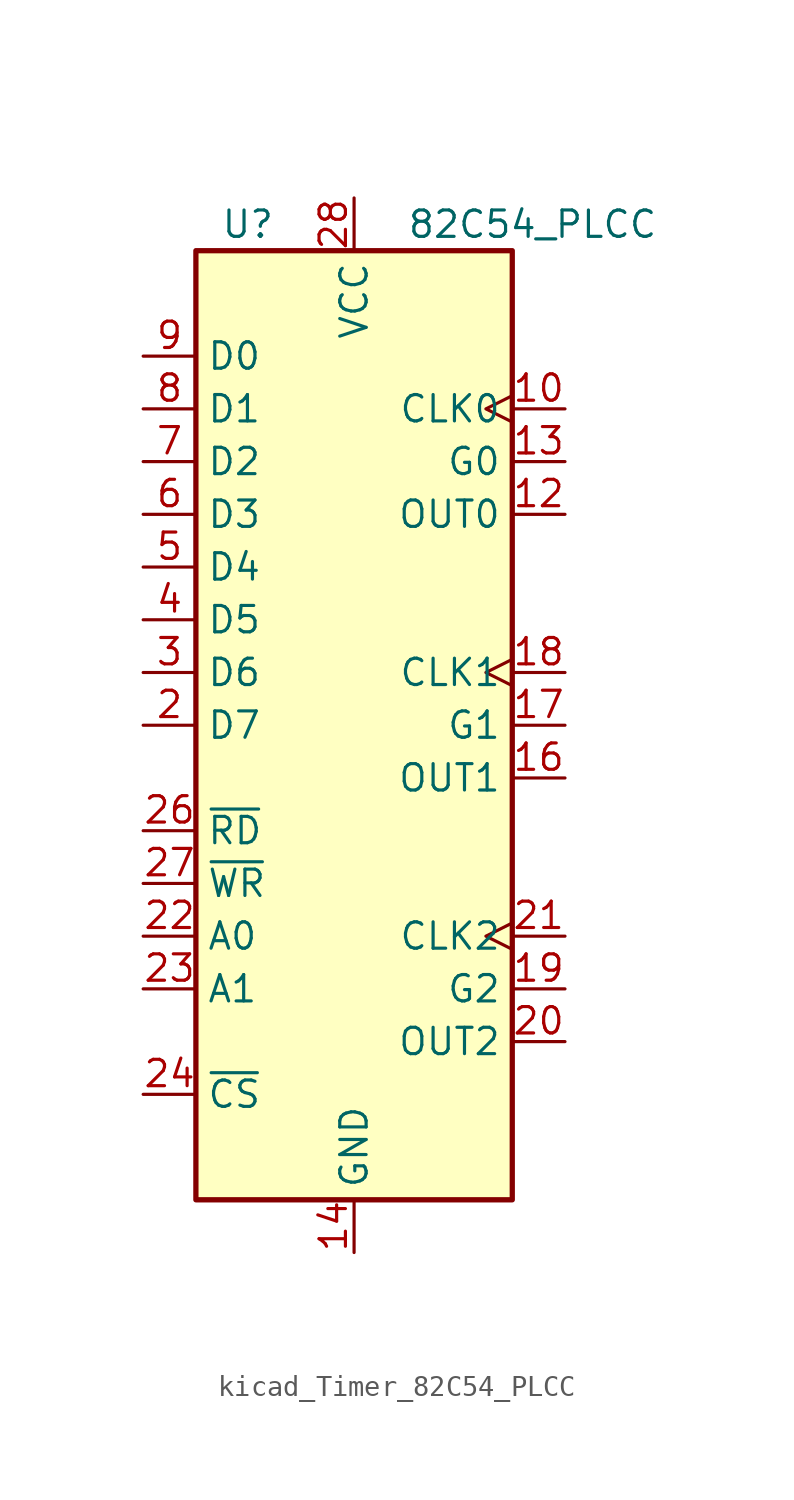
<source format=kicad_sym>
(kicad_symbol_lib
  (version 20220914)
  (generator kicad_symbol_editor)
  (symbol "kicad_Timer_82C54_PLCC"
    (property "Reference" "U"
      (at -3.81 24.13 0)
      (effects (font (size 1.27 1.27)) (justify right)))
    (property "Value" "82C54_PLCC"
      (at 2.54 24.13 0)
      (effects (font (size 1.27 1.27)) (justify left)))
    (symbol "kicad_Timer_82C54_PLCC_0_1"
      (rectangle (start -7.62 -22.86) (end 7.62 22.86) (stroke (width 0.254) (type default)) (fill (type background))))
    (symbol "kicad_Timer_82C54_PLCC_1_1"
      (pin no_connect line (at -5.08 -22.86 90) (length 2.54) hide (name "NC" (effects (font (size 1.27 1.27)))) (number "1" (effects (font (size 1.27 1.27)))))
      (pin input clock (at 10.16 15.24 180) (length 2.54) (name "CLK0" (effects (font (size 1.27 1.27)))) (number "10" (effects (font (size 1.27 1.27)))))
      (pin no_connect line (at -2.54 -22.86 90) (length 2.54) hide (name "NC" (effects (font (size 1.27 1.27)))) (number "11" (effects (font (size 1.27 1.27)))))
      (pin output line (at 10.16 10.16 180) (length 2.54) (name "OUT0" (effects (font (size 1.27 1.27)))) (number "12" (effects (font (size 1.27 1.27)))))
      (pin input line (at 10.16 12.7 180) (length 2.54) (name "G0" (effects (font (size 1.27 1.27)))) (number "13" (effects (font (size 1.27 1.27)))))
      (pin power_in line (at 0 -25.4 90) (length 2.54) (name "GND" (effects (font (size 1.27 1.27)))) (number "14" (effects (font (size 1.27 1.27)))))
      (pin no_connect line (at 2.54 -22.86 90) (length 2.54) hide (name "NC" (effects (font (size 1.27 1.27)))) (number "15" (effects (font (size 1.27 1.27)))))
      (pin output line (at 10.16 -2.54 180) (length 2.54) (name "OUT1" (effects (font (size 1.27 1.27)))) (number "16" (effects (font (size 1.27 1.27)))))
      (pin input line (at 10.16 0 180) (length 2.54) (name "G1" (effects (font (size 1.27 1.27)))) (number "17" (effects (font (size 1.27 1.27)))))
      (pin input clock (at 10.16 2.54 180) (length 2.54) (name "CLK1" (effects (font (size 1.27 1.27)))) (number "18" (effects (font (size 1.27 1.27)))))
      (pin input line (at 10.16 -12.7 180) (length 2.54) (name "G2" (effects (font (size 1.27 1.27)))) (number "19" (effects (font (size 1.27 1.27)))))
      (pin bidirectional line (at -10.16 0 0) (length 2.54) (name "D7" (effects (font (size 1.27 1.27)))) (number "2" (effects (font (size 1.27 1.27)))))
      (pin output line (at 10.16 -15.24 180) (length 2.54) (name "OUT2" (effects (font (size 1.27 1.27)))) (number "20" (effects (font (size 1.27 1.27)))))
      (pin input clock (at 10.16 -10.16 180) (length 2.54) (name "CLK2" (effects (font (size 1.27 1.27)))) (number "21" (effects (font (size 1.27 1.27)))))
      (pin input line (at -10.16 -10.16 0) (length 2.54) (name "A0" (effects (font (size 1.27 1.27)))) (number "22" (effects (font (size 1.27 1.27)))))
      (pin input line (at -10.16 -12.7 0) (length 2.54) (name "A1" (effects (font (size 1.27 1.27)))) (number "23" (effects (font (size 1.27 1.27)))))
      (pin input line (at -10.16 -17.78 0) (length 2.54) (name "~{CS}" (effects (font (size 1.27 1.27)))) (number "24" (effects (font (size 1.27 1.27)))))
      (pin no_connect line (at 5.08 -22.86 90) (length 2.54) hide (name "NC" (effects (font (size 1.27 1.27)))) (number "25" (effects (font (size 1.27 1.27)))))
      (pin input line (at -10.16 -5.08 0) (length 2.54) (name "~{RD}" (effects (font (size 1.27 1.27)))) (number "26" (effects (font (size 1.27 1.27)))))
      (pin input line (at -10.16 -7.62 0) (length 2.54) (name "~{WR}" (effects (font (size 1.27 1.27)))) (number "27" (effects (font (size 1.27 1.27)))))
      (pin power_in line (at 0 25.4 270) (length 2.54) (name "VCC" (effects (font (size 1.27 1.27)))) (number "28" (effects (font (size 1.27 1.27)))))
      (pin bidirectional line (at -10.16 2.54 0) (length 2.54) (name "D6" (effects (font (size 1.27 1.27)))) (number "3" (effects (font (size 1.27 1.27)))))
      (pin bidirectional line (at -10.16 5.08 0) (length 2.54) (name "D5" (effects (font (size 1.27 1.27)))) (number "4" (effects (font (size 1.27 1.27)))))
      (pin bidirectional line (at -10.16 7.62 0) (length 2.54) (name "D4" (effects (font (size 1.27 1.27)))) (number "5" (effects (font (size 1.27 1.27)))))
      (pin bidirectional line (at -10.16 10.16 0) (length 2.54) (name "D3" (effects (font (size 1.27 1.27)))) (number "6" (effects (font (size 1.27 1.27)))))
      (pin bidirectional line (at -10.16 12.7 0) (length 2.54) (name "D2" (effects (font (size 1.27 1.27)))) (number "7" (effects (font (size 1.27 1.27)))))
      (pin bidirectional line (at -10.16 15.24 0) (length 2.54) (name "D1" (effects (font (size 1.27 1.27)))) (number "8" (effects (font (size 1.27 1.27)))))
      (pin bidirectional line (at -10.16 17.78 0) (length 2.54) (name "D0" (effects (font (size 1.27 1.27)))) (number "9" (effects (font (size 1.27 1.27))))))))
</source>
